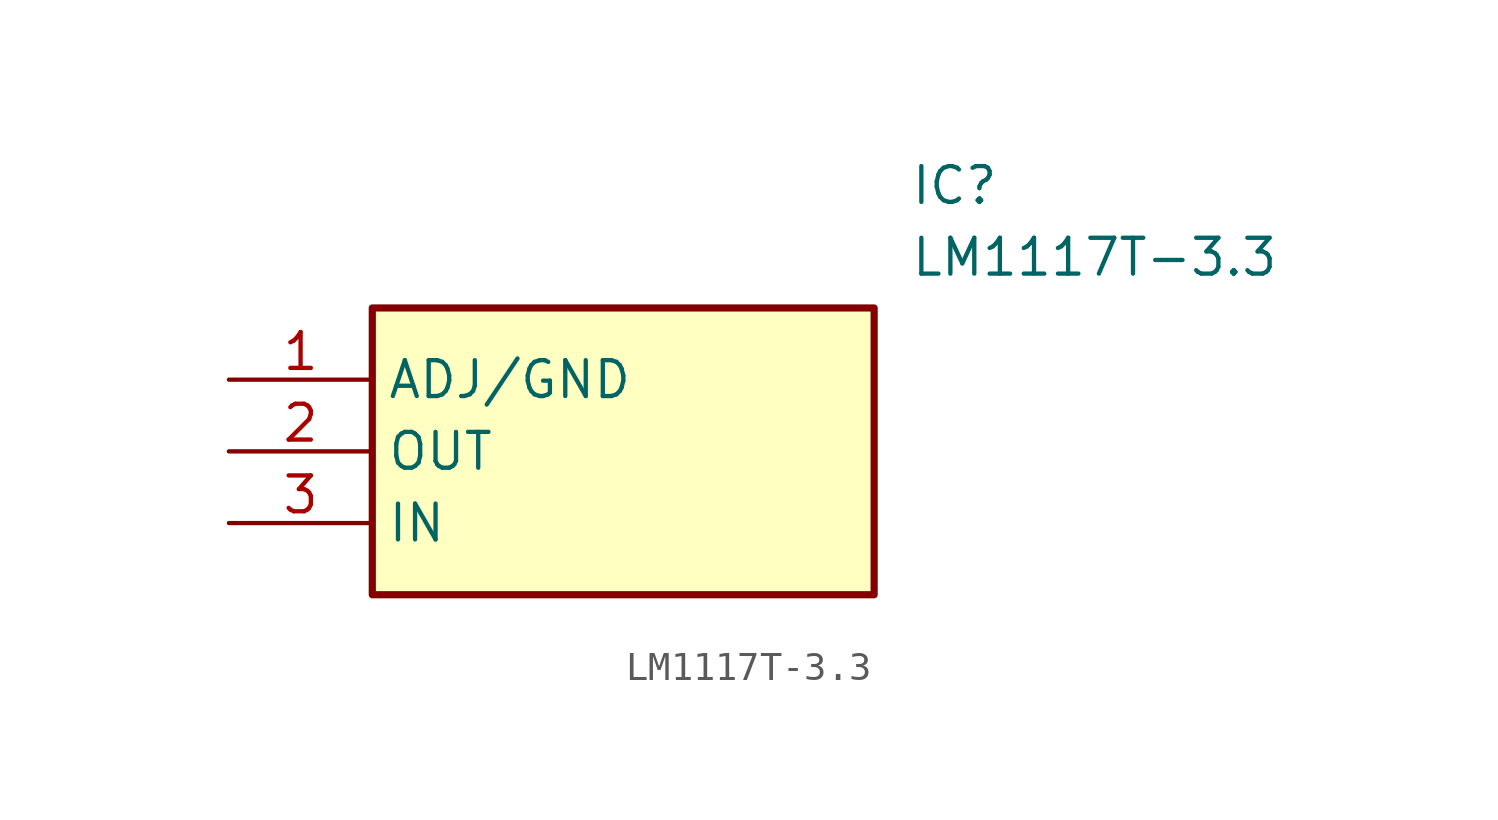
<source format=kicad_sym>
(kicad_symbol_lib
  (version 20211014)
  (generator SamacSys_ECAD_Model)
  (symbol "LM1117T-3.3"
    (property "Reference" "IC"
      (at 24.13 7.62 0)
      (effects (font (size 1.27 1.27)) (justify left top)))
    (property "Value" "LM1117T-3.3"
      (at 24.13 5.08 0)
      (effects (font (size 1.27 1.27)) (justify left top)))
    (rectangle
      (start 5.08 2.54)
      (end 22.86 -7.62)
      (stroke (width 0.254) (type default))
      (fill (type background)))
    (pin passive line
      (at 0 0 0)
      (length 5.08)
      (name "ADJ/GND" (effects (font (size 1.27 1.27))))
      (number "1" (effects (font (size 1.27 1.27)))))
    (pin passive line
      (at 0 -2.54 0)
      (length 5.08)
      (name "OUT" (effects (font (size 1.27 1.27))))
      (number "2" (effects (font (size 1.27 1.27)))))
    (pin passive line
      (at 0 -5.08 0)
      (length 5.08)
      (name "IN" (effects (font (size 1.27 1.27))))
      (number "3" (effects (font (size 1.27 1.27)))))))
</source>
